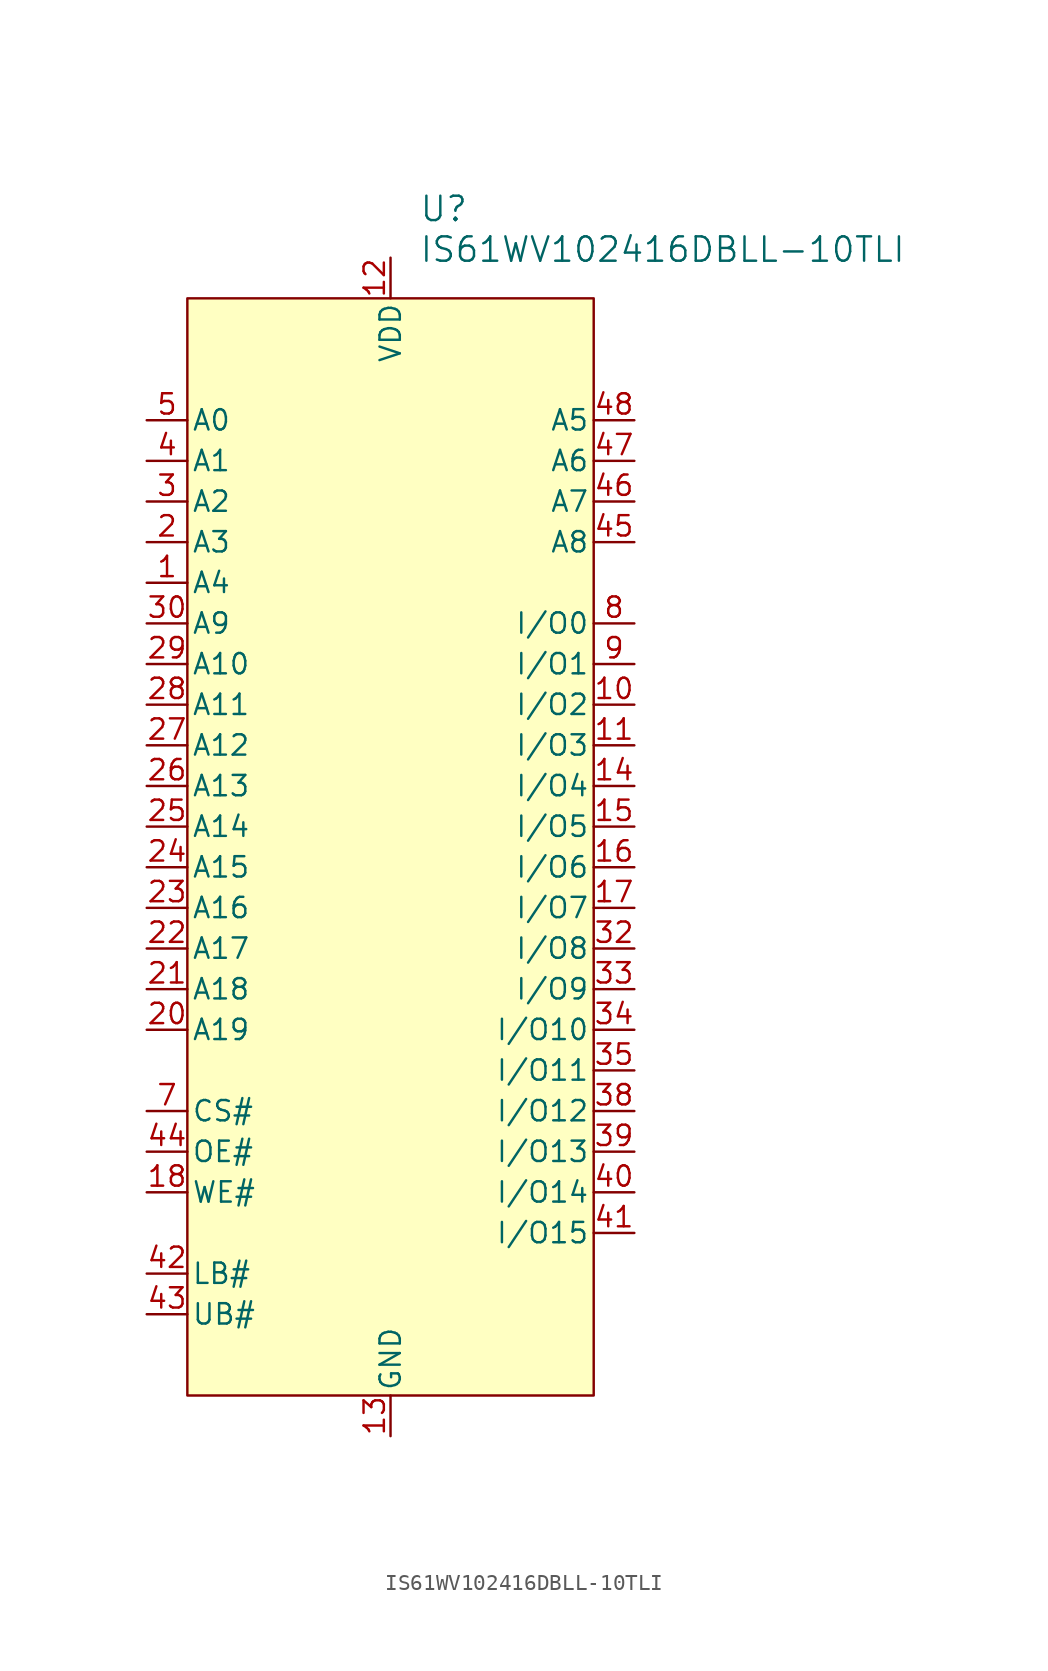
<source format=kicad_sym>
(kicad_symbol_lib
  (version 20231120)
  (generator "kicad_symbol_editor")
  (generator_version "8.0")
  (symbol "IS61WV102416DBLL-10TLI"
    (pin_names
      (offset 0.254))
    (property "Reference" "U"
      (at 22.098 13.208 0)
      (effects (font (size 1.524 1.524)) (justify left)))
    (property "Value" "IS61WV102416DBLL-10TLI"
      (at 22.098 10.668 0)
      (effects (font (size 1.524 1.524)) (justify left)))
    (symbol "IS61WV102416DBLL-10TLI_1_1"
      (rectangle (start 7.62 7.62) (end 33.02 -60.96) (stroke (width 0) (type default)) (fill (type background)))
      (pin input line (at 5.08 -10.16 0) (length 2.54) (name "A4" (effects (font (size 1.27 1.27)))) (number "1" (effects (font (size 1.27 1.27)))))
      (pin bidirectional line (at 35.56 -17.78 180) (length 2.54) (name "I/O2" (effects (font (size 1.27 1.27)))) (number "10" (effects (font (size 1.27 1.27)))))
      (pin bidirectional line (at 35.56 -20.32 180) (length 2.54) (name "I/O3" (effects (font (size 1.27 1.27)))) (number "11" (effects (font (size 1.27 1.27)))))
      (pin power_in line (at 20.32 10.16 270) (length 2.54) (name "VDD" (effects (font (size 1.27 1.27)))) (number "12" (effects (font (size 1.27 1.27)))))
      (pin power_in line (at 20.32 -63.5 90) (length 2.54) (name "GND" (effects (font (size 1.27 1.27)))) (number "13" (effects (font (size 1.27 1.27)))))
      (pin bidirectional line (at 35.56 -22.86 180) (length 2.54) (name "I/O4" (effects (font (size 1.27 1.27)))) (number "14" (effects (font (size 1.27 1.27)))))
      (pin bidirectional line (at 35.56 -25.4 180) (length 2.54) (name "I/O5" (effects (font (size 1.27 1.27)))) (number "15" (effects (font (size 1.27 1.27)))))
      (pin bidirectional line (at 35.56 -27.94 180) (length 2.54) (name "I/O6" (effects (font (size 1.27 1.27)))) (number "16" (effects (font (size 1.27 1.27)))))
      (pin bidirectional line (at 35.56 -30.48 180) (length 2.54) (name "I/O7" (effects (font (size 1.27 1.27)))) (number "17" (effects (font (size 1.27 1.27)))))
      (pin input line (at 5.08 -48.26 0) (length 2.54) (name "WE#" (effects (font (size 1.27 1.27)))) (number "18" (effects (font (size 1.27 1.27)))))
      (pin no_connect line (at 35.56 -57.15 180) (length 2.54) hide (name "NC" (effects (font (size 1.27 1.27)))) (number "19" (effects (font (size 1.27 1.27)))))
      (pin input line (at 5.08 -7.62 0) (length 2.54) (name "A3" (effects (font (size 1.27 1.27)))) (number "2" (effects (font (size 1.27 1.27)))))
      (pin input line (at 5.08 -38.1 0) (length 2.54) (name "A19" (effects (font (size 1.27 1.27)))) (number "20" (effects (font (size 1.27 1.27)))))
      (pin input line (at 5.08 -35.56 0) (length 2.54) (name "A18" (effects (font (size 1.27 1.27)))) (number "21" (effects (font (size 1.27 1.27)))))
      (pin input line (at 5.08 -33.02 0) (length 2.54) (name "A17" (effects (font (size 1.27 1.27)))) (number "22" (effects (font (size 1.27 1.27)))))
      (pin input line (at 5.08 -30.48 0) (length 2.54) (name "A16" (effects (font (size 1.27 1.27)))) (number "23" (effects (font (size 1.27 1.27)))))
      (pin input line (at 5.08 -27.94 0) (length 2.54) (name "A15" (effects (font (size 1.27 1.27)))) (number "24" (effects (font (size 1.27 1.27)))))
      (pin input line (at 5.08 -25.4 0) (length 2.54) (name "A14" (effects (font (size 1.27 1.27)))) (number "25" (effects (font (size 1.27 1.27)))))
      (pin input line (at 5.08 -22.86 0) (length 2.54) (name "A13" (effects (font (size 1.27 1.27)))) (number "26" (effects (font (size 1.27 1.27)))))
      (pin input line (at 5.08 -20.32 0) (length 2.54) (name "A12" (effects (font (size 1.27 1.27)))) (number "27" (effects (font (size 1.27 1.27)))))
      (pin input line (at 5.08 -17.78 0) (length 2.54) (name "A11" (effects (font (size 1.27 1.27)))) (number "28" (effects (font (size 1.27 1.27)))))
      (pin input line (at 5.08 -15.24 0) (length 2.54) (name "A10" (effects (font (size 1.27 1.27)))) (number "29" (effects (font (size 1.27 1.27)))))
      (pin input line (at 5.08 -5.08 0) (length 2.54) (name "A2" (effects (font (size 1.27 1.27)))) (number "3" (effects (font (size 1.27 1.27)))))
      (pin input line (at 5.08 -12.7 0) (length 2.54) (name "A9" (effects (font (size 1.27 1.27)))) (number "30" (effects (font (size 1.27 1.27)))))
      (pin no_connect line (at 35.56 -54.61 180) (length 2.54) hide (name "NC" (effects (font (size 1.27 1.27)))) (number "31" (effects (font (size 1.27 1.27)))))
      (pin bidirectional line (at 35.56 -33.02 180) (length 2.54) (name "I/O8" (effects (font (size 1.27 1.27)))) (number "32" (effects (font (size 1.27 1.27)))))
      (pin bidirectional line (at 35.56 -35.56 180) (length 2.54) (name "I/O9" (effects (font (size 1.27 1.27)))) (number "33" (effects (font (size 1.27 1.27)))))
      (pin bidirectional line (at 35.56 -38.1 180) (length 2.54) (name "I/O10" (effects (font (size 1.27 1.27)))) (number "34" (effects (font (size 1.27 1.27)))))
      (pin bidirectional line (at 35.56 -40.64 180) (length 2.54) (name "I/O11" (effects (font (size 1.27 1.27)))) (number "35" (effects (font (size 1.27 1.27)))))
      (pin passive line (at 20.32 10.16 270) (length 2.54) hide (name "VDD" (effects (font (size 1.27 1.27)))) (number "36" (effects (font (size 1.27 1.27)))))
      (pin power_in line (at 20.32 -63.5 90) (length 2.54) hide (name "GND" (effects (font (size 1.27 1.27)))) (number "37" (effects (font (size 1.27 1.27)))))
      (pin bidirectional line (at 35.56 -43.18 180) (length 2.54) (name "I/O12" (effects (font (size 1.27 1.27)))) (number "38" (effects (font (size 1.27 1.27)))))
      (pin bidirectional line (at 35.56 -45.72 180) (length 2.54) (name "I/O13" (effects (font (size 1.27 1.27)))) (number "39" (effects (font (size 1.27 1.27)))))
      (pin input line (at 5.08 -2.54 0) (length 2.54) (name "A1" (effects (font (size 1.27 1.27)))) (number "4" (effects (font (size 1.27 1.27)))))
      (pin bidirectional line (at 35.56 -48.26 180) (length 2.54) (name "I/O14" (effects (font (size 1.27 1.27)))) (number "40" (effects (font (size 1.27 1.27)))))
      (pin bidirectional line (at 35.56 -50.8 180) (length 2.54) (name "I/O15" (effects (font (size 1.27 1.27)))) (number "41" (effects (font (size 1.27 1.27)))))
      (pin passive line (at 5.08 -53.34 0) (length 2.54) (name "LB#" (effects (font (size 1.27 1.27)))) (number "42" (effects (font (size 1.27 1.27)))))
      (pin passive line (at 5.08 -55.88 0) (length 2.54) (name "UB#" (effects (font (size 1.27 1.27)))) (number "43" (effects (font (size 1.27 1.27)))))
      (pin input line (at 5.08 -45.72 0) (length 2.54) (name "OE#" (effects (font (size 1.27 1.27)))) (number "44" (effects (font (size 1.27 1.27)))))
      (pin bidirectional line (at 35.56 -7.62 180) (length 2.54) (name "A8" (effects (font (size 1.27 1.27)))) (number "45" (effects (font (size 1.27 1.27)))))
      (pin bidirectional line (at 35.56 -5.08 180) (length 2.54) (name "A7" (effects (font (size 1.27 1.27)))) (number "46" (effects (font (size 1.27 1.27)))))
      (pin bidirectional line (at 35.56 -2.54 180) (length 2.54) (name "A6" (effects (font (size 1.27 1.27)))) (number "47" (effects (font (size 1.27 1.27)))))
      (pin bidirectional line (at 35.56 0 180) (length 2.54) (name "A5" (effects (font (size 1.27 1.27)))) (number "48" (effects (font (size 1.27 1.27)))))
      (pin input line (at 5.08 0 0) (length 2.54) (name "A0" (effects (font (size 1.27 1.27)))) (number "5" (effects (font (size 1.27 1.27)))))
      (pin no_connect line (at 35.56 -59.69 180) (length 2.54) hide (name "NC" (effects (font (size 1.27 1.27)))) (number "6" (effects (font (size 1.27 1.27)))))
      (pin input line (at 5.08 -43.18 0) (length 2.54) (name "CS#" (effects (font (size 1.27 1.27)))) (number "7" (effects (font (size 1.27 1.27)))))
      (pin bidirectional line (at 35.56 -12.7 180) (length 2.54) (name "I/O0" (effects (font (size 1.27 1.27)))) (number "8" (effects (font (size 1.27 1.27)))))
      (pin bidirectional line (at 35.56 -15.24 180) (length 2.54) (name "I/O1" (effects (font (size 1.27 1.27)))) (number "9" (effects (font (size 1.27 1.27))))))))
</source>
